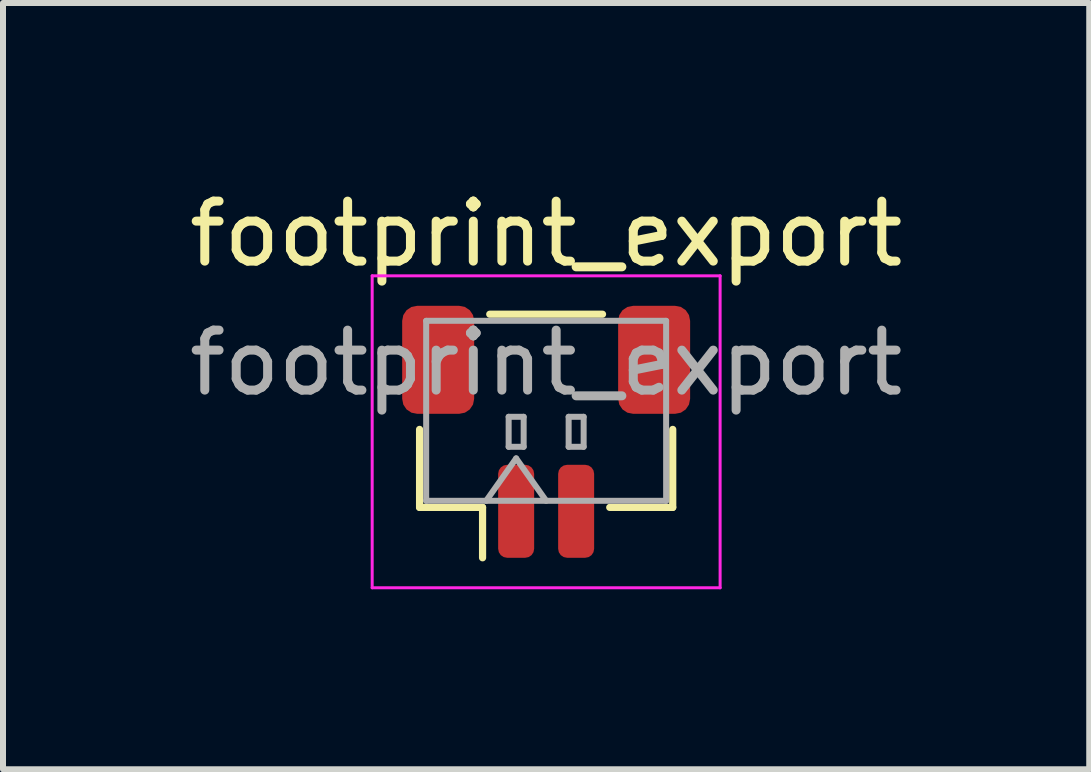
<source format=kicad_pcb>
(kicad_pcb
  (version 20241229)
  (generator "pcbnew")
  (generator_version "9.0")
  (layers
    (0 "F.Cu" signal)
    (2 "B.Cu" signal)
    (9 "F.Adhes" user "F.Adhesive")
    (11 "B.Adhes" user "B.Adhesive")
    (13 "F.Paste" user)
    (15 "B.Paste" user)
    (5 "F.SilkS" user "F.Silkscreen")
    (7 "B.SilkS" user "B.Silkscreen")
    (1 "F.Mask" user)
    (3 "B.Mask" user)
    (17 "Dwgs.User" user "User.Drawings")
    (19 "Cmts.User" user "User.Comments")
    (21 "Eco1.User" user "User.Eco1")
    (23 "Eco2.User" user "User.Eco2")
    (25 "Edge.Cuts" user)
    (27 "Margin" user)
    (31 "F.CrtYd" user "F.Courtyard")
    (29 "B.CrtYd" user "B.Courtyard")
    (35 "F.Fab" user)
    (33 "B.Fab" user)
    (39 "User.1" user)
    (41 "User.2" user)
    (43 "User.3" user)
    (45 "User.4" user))
  (footprint "footprint_export"
    (layer "F.Cu")
    (at 6.054 4.148)
    (property "Reference" "footprint_export" (at 0 -3.3 0) (layer "F.SilkS") (effects (font (size 1 1) (thickness 0.15))))
    (attr smd)
    (fp_line (start -2.11 -0.04) (end -2.11 1.26) (stroke (width 0.12) (type solid)) (layer "F.SilkS"))
    (fp_line (start -2.11 1.26) (end -1.06 1.26) (stroke (width 0.12) (type solid)) (layer "F.SilkS"))
    (fp_line (start -1.06 1.26) (end -1.06 2.1) (stroke (width 0.12) (type solid)) (layer "F.SilkS"))
    (fp_line (start -0.94 -1.96) (end 0.94 -1.96) (stroke (width 0.12) (type solid)) (layer "F.SilkS"))
    (fp_line (start 2.11 -0.04) (end 2.11 1.26) (stroke (width 0.12) (type solid)) (layer "F.SilkS"))
    (fp_line (start 2.11 1.26) (end 1.06 1.26) (stroke (width 0.12) (type solid)) (layer "F.SilkS"))
    (fp_line (start -2.9 -2.6) (end -2.9 2.6) (stroke (width 0.05) (type solid)) (layer "F.CrtYd"))
    (fp_line (start -2.9 2.6) (end 2.9 2.6) (stroke (width 0.05) (type solid)) (layer "F.CrtYd"))
    (fp_line (start 2.9 -2.6) (end -2.9 -2.6) (stroke (width 0.05) (type solid)) (layer "F.CrtYd"))
    (fp_line (start 2.9 2.6) (end 2.9 -2.6) (stroke (width 0.05) (type solid)) (layer "F.CrtYd"))
    (fp_line (start -2 -1.85) (end 2 -1.85) (stroke (width 0.1) (type solid)) (layer "F.Fab"))
    (fp_line (start -2 1.15) (end -2 -1.85) (stroke (width 0.1) (type solid)) (layer "F.Fab"))
    (fp_line (start -2 1.15) (end 2 1.15) (stroke (width 0.1) (type solid)) (layer "F.Fab"))
    (fp_line (start -1 1.15) (end -0.5 0.443) (stroke (width 0.1) (type solid)) (layer "F.Fab"))
    (fp_line (start -0.625 -0.25) (end -0.625 0.25) (stroke (width 0.1) (type solid)) (layer "F.Fab"))
    (fp_line (start -0.625 0.25) (end -0.375 0.25) (stroke (width 0.1) (type solid)) (layer "F.Fab"))
    (fp_line (start -0.5 0.443) (end 0 1.15) (stroke (width 0.1) (type solid)) (layer "F.Fab"))
    (fp_line (start -0.375 -0.25) (end -0.625 -0.25) (stroke (width 0.1) (type solid)) (layer "F.Fab"))
    (fp_line (start -0.375 0.25) (end -0.375 -0.25) (stroke (width 0.1) (type solid)) (layer "F.Fab"))
    (fp_line (start 0.375 -0.25) (end 0.375 0.25) (stroke (width 0.1) (type solid)) (layer "F.Fab"))
    (fp_line (start 0.375 0.25) (end 0.625 0.25) (stroke (width 0.1) (type solid)) (layer "F.Fab"))
    (fp_line (start 0.625 -0.25) (end 0.375 -0.25) (stroke (width 0.1) (type solid)) (layer "F.Fab"))
    (fp_line (start 0.625 0.25) (end 0.625 -0.25) (stroke (width 0.1) (type solid)) (layer "F.Fab"))
    (fp_line (start 2 1.15) (end 2 -1.85) (stroke (width 0.1) (type solid)) (layer "F.Fab"))
    (fp_text user "${REFERENCE}" (at 0 -1.15 0) (layer "F.Fab") (effects (font (size 1 1) (thickness 0.15))))
    (pad "1" smd roundrect (at -0.5 1.325) (size 0.6 1.55) (layers "F.Cu" "F.Mask" "F.Paste") (roundrect_rratio 0.25))
    (pad "2" smd roundrect (at 0.5 1.325) (size 0.6 1.55) (layers "F.Cu" "F.Mask" "F.Paste") (roundrect_rratio 0.25))
    (pad "MP" smd roundrect (at -1.8 -1.2) (size 1.2 1.8) (layers "F.Cu" "F.Mask" "F.Paste") (roundrect_rratio 0.208))
    (pad "MP" smd roundrect (at 1.8 -1.2) (size 1.2 1.8) (layers "F.Cu" "F.Mask" "F.Paste") (roundrect_rratio 0.208)))
  (gr_rect
    (start -3 -3)
    (end 15.107 9.773)
    (stroke (width 0.1) (type default))
    (fill no)
    (layer "Edge.Cuts")))
</source>
